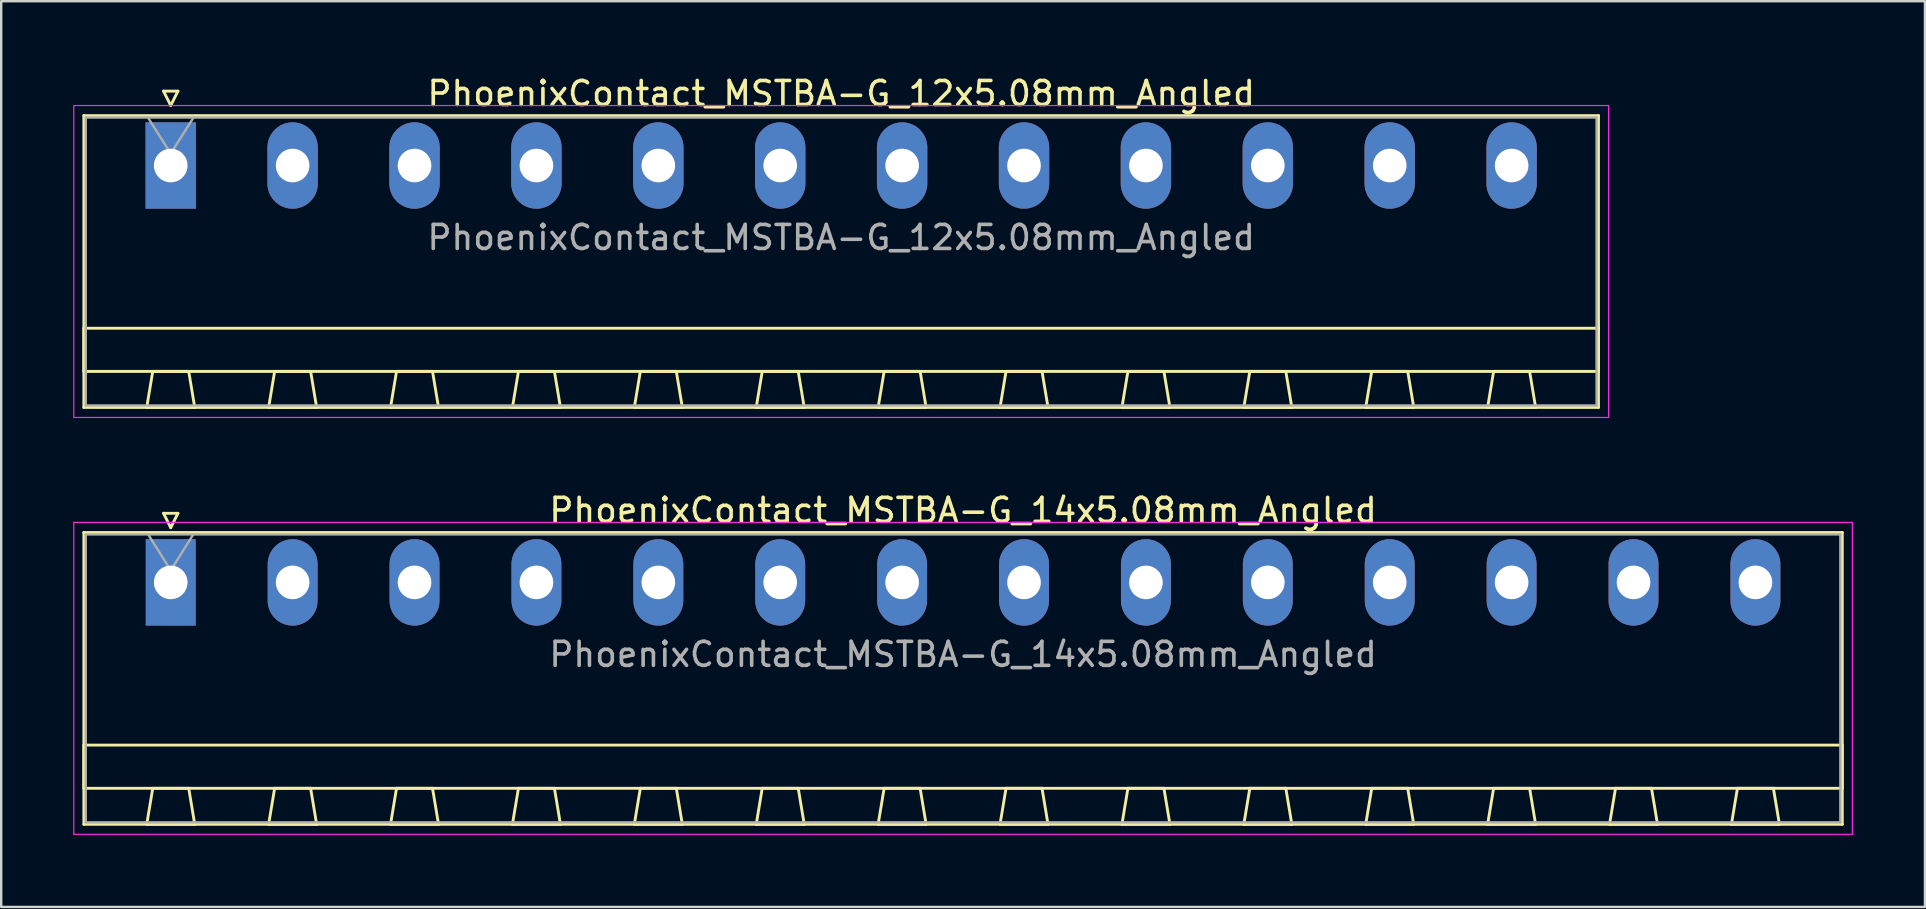
<source format=kicad_pcb>
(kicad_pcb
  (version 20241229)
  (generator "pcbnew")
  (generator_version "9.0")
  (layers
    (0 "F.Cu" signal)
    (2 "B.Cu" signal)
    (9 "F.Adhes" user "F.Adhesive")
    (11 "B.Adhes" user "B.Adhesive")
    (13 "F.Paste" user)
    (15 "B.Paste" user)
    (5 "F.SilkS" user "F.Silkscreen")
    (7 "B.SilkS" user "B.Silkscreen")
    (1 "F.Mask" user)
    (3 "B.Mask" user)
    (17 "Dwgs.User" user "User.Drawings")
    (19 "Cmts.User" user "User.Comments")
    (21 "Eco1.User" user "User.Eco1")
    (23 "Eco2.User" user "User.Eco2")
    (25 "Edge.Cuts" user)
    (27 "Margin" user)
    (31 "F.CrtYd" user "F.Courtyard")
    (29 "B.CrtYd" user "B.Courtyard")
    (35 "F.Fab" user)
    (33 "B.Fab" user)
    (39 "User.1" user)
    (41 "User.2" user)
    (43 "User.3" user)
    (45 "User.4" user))
  (footprint "PhoenixContact_MSTBA-G_14x5.08mm_Angled"
    (layer "F.Cu")
    (at 4.065 21.221)
    (property "Reference" "PhoenixContact_MSTBA-G_14x5.08mm_Angled" (at 33.02 -3 0) (layer "F.SilkS") (effects (font (size 1 1) (thickness 0.15))))
    (attr through_hole)
    (fp_line (start -3.62 -2.08) (end -3.62 10.08) (stroke (width 0.12) (type solid)) (layer "F.SilkS"))
    (fp_line (start -3.62 6.78) (end 69.66 6.78) (stroke (width 0.12) (type solid)) (layer "F.SilkS"))
    (fp_line (start -3.62 8.58) (end -3.62 6.78) (stroke (width 0.12) (type solid)) (layer "F.SilkS"))
    (fp_line (start -3.62 10.08) (end 69.66 10.08) (stroke (width 0.12) (type solid)) (layer "F.SilkS"))
    (fp_line (start -1 10.08) (end 1 10.08) (stroke (width 0.12) (type solid)) (layer "F.SilkS"))
    (fp_line (start -0.75 8.58) (end -1 10.08) (stroke (width 0.12) (type solid)) (layer "F.SilkS"))
    (fp_line (start -0.3 -2.88) (end 0.3 -2.88) (stroke (width 0.12) (type solid)) (layer "F.SilkS"))
    (fp_line (start 0 -2.28) (end -0.3 -2.88) (stroke (width 0.12) (type solid)) (layer "F.SilkS"))
    (fp_line (start 0.3 -2.88) (end 0 -2.28) (stroke (width 0.12) (type solid)) (layer "F.SilkS"))
    (fp_line (start 0.75 8.58) (end -0.75 8.58) (stroke (width 0.12) (type solid)) (layer "F.SilkS"))
    (fp_line (start 1 10.08) (end 0.75 8.58) (stroke (width 0.12) (type solid)) (layer "F.SilkS"))
    (fp_line (start 4.08 10.08) (end 6.08 10.08) (stroke (width 0.12) (type solid)) (layer "F.SilkS"))
    (fp_line (start 4.33 8.58) (end 4.08 10.08) (stroke (width 0.12) (type solid)) (layer "F.SilkS"))
    (fp_line (start 5.83 8.58) (end 4.33 8.58) (stroke (width 0.12) (type solid)) (layer "F.SilkS"))
    (fp_line (start 6.08 10.08) (end 5.83 8.58) (stroke (width 0.12) (type solid)) (layer "F.SilkS"))
    (fp_line (start 9.16 10.08) (end 11.16 10.08) (stroke (width 0.12) (type solid)) (layer "F.SilkS"))
    (fp_line (start 9.41 8.58) (end 9.16 10.08) (stroke (width 0.12) (type solid)) (layer "F.SilkS"))
    (fp_line (start 10.91 8.58) (end 9.41 8.58) (stroke (width 0.12) (type solid)) (layer "F.SilkS"))
    (fp_line (start 11.16 10.08) (end 10.91 8.58) (stroke (width 0.12) (type solid)) (layer "F.SilkS"))
    (fp_line (start 14.24 10.08) (end 16.24 10.08) (stroke (width 0.12) (type solid)) (layer "F.SilkS"))
    (fp_line (start 14.49 8.58) (end 14.24 10.08) (stroke (width 0.12) (type solid)) (layer "F.SilkS"))
    (fp_line (start 15.99 8.58) (end 14.49 8.58) (stroke (width 0.12) (type solid)) (layer "F.SilkS"))
    (fp_line (start 16.24 10.08) (end 15.99 8.58) (stroke (width 0.12) (type solid)) (layer "F.SilkS"))
    (fp_line (start 19.32 10.08) (end 21.32 10.08) (stroke (width 0.12) (type solid)) (layer "F.SilkS"))
    (fp_line (start 19.57 8.58) (end 19.32 10.08) (stroke (width 0.12) (type solid)) (layer "F.SilkS"))
    (fp_line (start 21.07 8.58) (end 19.57 8.58) (stroke (width 0.12) (type solid)) (layer "F.SilkS"))
    (fp_line (start 21.32 10.08) (end 21.07 8.58) (stroke (width 0.12) (type solid)) (layer "F.SilkS"))
    (fp_line (start 24.4 10.08) (end 26.4 10.08) (stroke (width 0.12) (type solid)) (layer "F.SilkS"))
    (fp_line (start 24.65 8.58) (end 24.4 10.08) (stroke (width 0.12) (type solid)) (layer "F.SilkS"))
    (fp_line (start 26.15 8.58) (end 24.65 8.58) (stroke (width 0.12) (type solid)) (layer "F.SilkS"))
    (fp_line (start 26.4 10.08) (end 26.15 8.58) (stroke (width 0.12) (type solid)) (layer "F.SilkS"))
    (fp_line (start 29.48 10.08) (end 31.48 10.08) (stroke (width 0.12) (type solid)) (layer "F.SilkS"))
    (fp_line (start 29.73 8.58) (end 29.48 10.08) (stroke (width 0.12) (type solid)) (layer "F.SilkS"))
    (fp_line (start 31.23 8.58) (end 29.73 8.58) (stroke (width 0.12) (type solid)) (layer "F.SilkS"))
    (fp_line (start 31.48 10.08) (end 31.23 8.58) (stroke (width 0.12) (type solid)) (layer "F.SilkS"))
    (fp_line (start 34.56 10.08) (end 36.56 10.08) (stroke (width 0.12) (type solid)) (layer "F.SilkS"))
    (fp_line (start 34.81 8.58) (end 34.56 10.08) (stroke (width 0.12) (type solid)) (layer "F.SilkS"))
    (fp_line (start 36.31 8.58) (end 34.81 8.58) (stroke (width 0.12) (type solid)) (layer "F.SilkS"))
    (fp_line (start 36.56 10.08) (end 36.31 8.58) (stroke (width 0.12) (type solid)) (layer "F.SilkS"))
    (fp_line (start 39.64 10.08) (end 41.64 10.08) (stroke (width 0.12) (type solid)) (layer "F.SilkS"))
    (fp_line (start 39.89 8.58) (end 39.64 10.08) (stroke (width 0.12) (type solid)) (layer "F.SilkS"))
    (fp_line (start 41.39 8.58) (end 39.89 8.58) (stroke (width 0.12) (type solid)) (layer "F.SilkS"))
    (fp_line (start 41.64 10.08) (end 41.39 8.58) (stroke (width 0.12) (type solid)) (layer "F.SilkS"))
    (fp_line (start 44.72 10.08) (end 46.72 10.08) (stroke (width 0.12) (type solid)) (layer "F.SilkS"))
    (fp_line (start 44.97 8.58) (end 44.72 10.08) (stroke (width 0.12) (type solid)) (layer "F.SilkS"))
    (fp_line (start 46.47 8.58) (end 44.97 8.58) (stroke (width 0.12) (type solid)) (layer "F.SilkS"))
    (fp_line (start 46.72 10.08) (end 46.47 8.58) (stroke (width 0.12) (type solid)) (layer "F.SilkS"))
    (fp_line (start 49.8 10.08) (end 51.8 10.08) (stroke (width 0.12) (type solid)) (layer "F.SilkS"))
    (fp_line (start 50.05 8.58) (end 49.8 10.08) (stroke (width 0.12) (type solid)) (layer "F.SilkS"))
    (fp_line (start 51.55 8.58) (end 50.05 8.58) (stroke (width 0.12) (type solid)) (layer "F.SilkS"))
    (fp_line (start 51.8 10.08) (end 51.55 8.58) (stroke (width 0.12) (type solid)) (layer "F.SilkS"))
    (fp_line (start 54.88 10.08) (end 56.88 10.08) (stroke (width 0.12) (type solid)) (layer "F.SilkS"))
    (fp_line (start 55.13 8.58) (end 54.88 10.08) (stroke (width 0.12) (type solid)) (layer "F.SilkS"))
    (fp_line (start 56.63 8.58) (end 55.13 8.58) (stroke (width 0.12) (type solid)) (layer "F.SilkS"))
    (fp_line (start 56.88 10.08) (end 56.63 8.58) (stroke (width 0.12) (type solid)) (layer "F.SilkS"))
    (fp_line (start 59.96 10.08) (end 61.96 10.08) (stroke (width 0.12) (type solid)) (layer "F.SilkS"))
    (fp_line (start 60.21 8.58) (end 59.96 10.08) (stroke (width 0.12) (type solid)) (layer "F.SilkS"))
    (fp_line (start 61.71 8.58) (end 60.21 8.58) (stroke (width 0.12) (type solid)) (layer "F.SilkS"))
    (fp_line (start 61.96 10.08) (end 61.71 8.58) (stroke (width 0.12) (type solid)) (layer "F.SilkS"))
    (fp_line (start 65.04 10.08) (end 67.04 10.08) (stroke (width 0.12) (type solid)) (layer "F.SilkS"))
    (fp_line (start 65.29 8.58) (end 65.04 10.08) (stroke (width 0.12) (type solid)) (layer "F.SilkS"))
    (fp_line (start 66.79 8.58) (end 65.29 8.58) (stroke (width 0.12) (type solid)) (layer "F.SilkS"))
    (fp_line (start 67.04 10.08) (end 66.79 8.58) (stroke (width 0.12) (type solid)) (layer "F.SilkS"))
    (fp_line (start 69.66 -2.08) (end -3.62 -2.08) (stroke (width 0.12) (type solid)) (layer "F.SilkS"))
    (fp_line (start 69.66 6.78) (end 69.66 8.58) (stroke (width 0.12) (type solid)) (layer "F.SilkS"))
    (fp_line (start 69.66 8.58) (end -3.62 8.58) (stroke (width 0.12) (type solid)) (layer "F.SilkS"))
    (fp_line (start 69.66 10.08) (end 69.66 -2.08) (stroke (width 0.12) (type solid)) (layer "F.SilkS"))
    (fp_line (start -4.04 -2.5) (end -4.04 10.5) (stroke (width 0.05) (type solid)) (layer "F.CrtYd"))
    (fp_line (start -4.04 10.5) (end 70.08 10.5) (stroke (width 0.05) (type solid)) (layer "F.CrtYd"))
    (fp_line (start 70.08 -2.5) (end -4.04 -2.5) (stroke (width 0.05) (type solid)) (layer "F.CrtYd"))
    (fp_line (start 70.08 10.5) (end 70.08 -2.5) (stroke (width 0.05) (type solid)) (layer "F.CrtYd"))
    (fp_line (start -3.54 -2) (end -3.54 10) (stroke (width 0.1) (type solid)) (layer "F.Fab"))
    (fp_line (start -3.54 10) (end 69.58 10) (stroke (width 0.1) (type solid)) (layer "F.Fab"))
    (fp_line (start 0 -0.5) (end -0.94 -2) (stroke (width 0.1) (type solid)) (layer "F.Fab"))
    (fp_line (start 0.94 -2) (end 0 -0.5) (stroke (width 0.1) (type solid)) (layer "F.Fab"))
    (fp_line (start 69.58 -2) (end -3.54 -2) (stroke (width 0.1) (type solid)) (layer "F.Fab"))
    (fp_line (start 69.58 10) (end 69.58 -2) (stroke (width 0.1) (type solid)) (layer "F.Fab"))
    (fp_text user "${REFERENCE}" (at 33.02 3 0) (layer "F.Fab") (effects (font (size 1 1) (thickness 0.15))))
    (pad "1" thru_hole rect (at 0 0) (size 2.08 3.6) (drill 1.4) (layers "*.Cu" "*.Mask"))
    (pad "2" thru_hole oval (at 5.08 0) (size 2.08 3.6) (drill 1.4) (layers "*.Cu" "*.Mask"))
    (pad "3" thru_hole oval (at 10.16 0) (size 2.08 3.6) (drill 1.4) (layers "*.Cu" "*.Mask"))
    (pad "4" thru_hole oval (at 15.24 0) (size 2.08 3.6) (drill 1.4) (layers "*.Cu" "*.Mask"))
    (pad "5" thru_hole oval (at 20.32 0) (size 2.08 3.6) (drill 1.4) (layers "*.Cu" "*.Mask"))
    (pad "6" thru_hole oval (at 25.4 0) (size 2.08 3.6) (drill 1.4) (layers "*.Cu" "*.Mask"))
    (pad "7" thru_hole oval (at 30.48 0) (size 2.08 3.6) (drill 1.4) (layers "*.Cu" "*.Mask"))
    (pad "8" thru_hole oval (at 35.56 0) (size 2.08 3.6) (drill 1.4) (layers "*.Cu" "*.Mask"))
    (pad "9" thru_hole oval (at 40.64 0) (size 2.08 3.6) (drill 1.4) (layers "*.Cu" "*.Mask"))
    (pad "10" thru_hole oval (at 45.72 0) (size 2.08 3.6) (drill 1.4) (layers "*.Cu" "*.Mask"))
    (pad "11" thru_hole oval (at 50.8 0) (size 2.08 3.6) (drill 1.4) (layers "*.Cu" "*.Mask"))
    (pad "12" thru_hole oval (at 55.88 0) (size 2.08 3.6) (drill 1.4) (layers "*.Cu" "*.Mask"))
    (pad "13" thru_hole oval (at 60.96 0) (size 2.08 3.6) (drill 1.4) (layers "*.Cu" "*.Mask"))
    (pad "14" thru_hole oval (at 66.04 0) (size 2.08 3.6) (drill 1.4) (layers "*.Cu" "*.Mask")))
  (footprint "PhoenixContact_MSTBA-G_12x5.08mm_Angled"
    (layer "F.Cu")
    (at 4.065 3.848)
    (property "Reference" "PhoenixContact_MSTBA-G_12x5.08mm_Angled" (at 27.94 -3 0) (layer "F.SilkS") (effects (font (size 1 1) (thickness 0.15))))
    (attr through_hole)
    (fp_line (start -3.62 -2.08) (end -3.62 10.08) (stroke (width 0.12) (type solid)) (layer "F.SilkS"))
    (fp_line (start -3.62 6.78) (end 59.5 6.78) (stroke (width 0.12) (type solid)) (layer "F.SilkS"))
    (fp_line (start -3.62 8.58) (end -3.62 6.78) (stroke (width 0.12) (type solid)) (layer "F.SilkS"))
    (fp_line (start -3.62 10.08) (end 59.5 10.08) (stroke (width 0.12) (type solid)) (layer "F.SilkS"))
    (fp_line (start -1 10.08) (end 1 10.08) (stroke (width 0.12) (type solid)) (layer "F.SilkS"))
    (fp_line (start -0.75 8.58) (end -1 10.08) (stroke (width 0.12) (type solid)) (layer "F.SilkS"))
    (fp_line (start -0.3 -3.1) (end 0.3 -3.1) (stroke (width 0.12) (type solid)) (layer "F.SilkS"))
    (fp_line (start 0 -2.5) (end -0.3 -3.1) (stroke (width 0.12) (type solid)) (layer "F.SilkS"))
    (fp_line (start 0.3 -3.1) (end 0 -2.5) (stroke (width 0.12) (type solid)) (layer "F.SilkS"))
    (fp_line (start 0.75 8.58) (end -0.75 8.58) (stroke (width 0.12) (type solid)) (layer "F.SilkS"))
    (fp_line (start 1 10.08) (end 0.75 8.58) (stroke (width 0.12) (type solid)) (layer "F.SilkS"))
    (fp_line (start 4.08 10.08) (end 6.08 10.08) (stroke (width 0.12) (type solid)) (layer "F.SilkS"))
    (fp_line (start 4.33 8.58) (end 4.08 10.08) (stroke (width 0.12) (type solid)) (layer "F.SilkS"))
    (fp_line (start 5.83 8.58) (end 4.33 8.58) (stroke (width 0.12) (type solid)) (layer "F.SilkS"))
    (fp_line (start 6.08 10.08) (end 5.83 8.58) (stroke (width 0.12) (type solid)) (layer "F.SilkS"))
    (fp_line (start 9.16 10.08) (end 11.16 10.08) (stroke (width 0.12) (type solid)) (layer "F.SilkS"))
    (fp_line (start 9.41 8.58) (end 9.16 10.08) (stroke (width 0.12) (type solid)) (layer "F.SilkS"))
    (fp_line (start 10.91 8.58) (end 9.41 8.58) (stroke (width 0.12) (type solid)) (layer "F.SilkS"))
    (fp_line (start 11.16 10.08) (end 10.91 8.58) (stroke (width 0.12) (type solid)) (layer "F.SilkS"))
    (fp_line (start 14.24 10.08) (end 16.24 10.08) (stroke (width 0.12) (type solid)) (layer "F.SilkS"))
    (fp_line (start 14.49 8.58) (end 14.24 10.08) (stroke (width 0.12) (type solid)) (layer "F.SilkS"))
    (fp_line (start 15.99 8.58) (end 14.49 8.58) (stroke (width 0.12) (type solid)) (layer "F.SilkS"))
    (fp_line (start 16.24 10.08) (end 15.99 8.58) (stroke (width 0.12) (type solid)) (layer "F.SilkS"))
    (fp_line (start 19.32 10.08) (end 21.32 10.08) (stroke (width 0.12) (type solid)) (layer "F.SilkS"))
    (fp_line (start 19.57 8.58) (end 19.32 10.08) (stroke (width 0.12) (type solid)) (layer "F.SilkS"))
    (fp_line (start 21.07 8.58) (end 19.57 8.58) (stroke (width 0.12) (type solid)) (layer "F.SilkS"))
    (fp_line (start 21.32 10.08) (end 21.07 8.58) (stroke (width 0.12) (type solid)) (layer "F.SilkS"))
    (fp_line (start 24.4 10.08) (end 26.4 10.08) (stroke (width 0.12) (type solid)) (layer "F.SilkS"))
    (fp_line (start 24.65 8.58) (end 24.4 10.08) (stroke (width 0.12) (type solid)) (layer "F.SilkS"))
    (fp_line (start 26.15 8.58) (end 24.65 8.58) (stroke (width 0.12) (type solid)) (layer "F.SilkS"))
    (fp_line (start 26.4 10.08) (end 26.15 8.58) (stroke (width 0.12) (type solid)) (layer "F.SilkS"))
    (fp_line (start 29.48 10.08) (end 31.48 10.08) (stroke (width 0.12) (type solid)) (layer "F.SilkS"))
    (fp_line (start 29.73 8.58) (end 29.48 10.08) (stroke (width 0.12) (type solid)) (layer "F.SilkS"))
    (fp_line (start 31.23 8.58) (end 29.73 8.58) (stroke (width 0.12) (type solid)) (layer "F.SilkS"))
    (fp_line (start 31.48 10.08) (end 31.23 8.58) (stroke (width 0.12) (type solid)) (layer "F.SilkS"))
    (fp_line (start 34.56 10.08) (end 36.56 10.08) (stroke (width 0.12) (type solid)) (layer "F.SilkS"))
    (fp_line (start 34.81 8.58) (end 34.56 10.08) (stroke (width 0.12) (type solid)) (layer "F.SilkS"))
    (fp_line (start 36.31 8.58) (end 34.81 8.58) (stroke (width 0.12) (type solid)) (layer "F.SilkS"))
    (fp_line (start 36.56 10.08) (end 36.31 8.58) (stroke (width 0.12) (type solid)) (layer "F.SilkS"))
    (fp_line (start 39.64 10.08) (end 41.64 10.08) (stroke (width 0.12) (type solid)) (layer "F.SilkS"))
    (fp_line (start 39.89 8.58) (end 39.64 10.08) (stroke (width 0.12) (type solid)) (layer "F.SilkS"))
    (fp_line (start 41.39 8.58) (end 39.89 8.58) (stroke (width 0.12) (type solid)) (layer "F.SilkS"))
    (fp_line (start 41.64 10.08) (end 41.39 8.58) (stroke (width 0.12) (type solid)) (layer "F.SilkS"))
    (fp_line (start 44.72 10.08) (end 46.72 10.08) (stroke (width 0.12) (type solid)) (layer "F.SilkS"))
    (fp_line (start 44.97 8.58) (end 44.72 10.08) (stroke (width 0.12) (type solid)) (layer "F.SilkS"))
    (fp_line (start 46.47 8.58) (end 44.97 8.58) (stroke (width 0.12) (type solid)) (layer "F.SilkS"))
    (fp_line (start 46.72 10.08) (end 46.47 8.58) (stroke (width 0.12) (type solid)) (layer "F.SilkS"))
    (fp_line (start 49.8 10.08) (end 51.8 10.08) (stroke (width 0.12) (type solid)) (layer "F.SilkS"))
    (fp_line (start 50.05 8.58) (end 49.8 10.08) (stroke (width 0.12) (type solid)) (layer "F.SilkS"))
    (fp_line (start 51.55 8.58) (end 50.05 8.58) (stroke (width 0.12) (type solid)) (layer "F.SilkS"))
    (fp_line (start 51.8 10.08) (end 51.55 8.58) (stroke (width 0.12) (type solid)) (layer "F.SilkS"))
    (fp_line (start 54.88 10.08) (end 56.88 10.08) (stroke (width 0.12) (type solid)) (layer "F.SilkS"))
    (fp_line (start 55.13 8.58) (end 54.88 10.08) (stroke (width 0.12) (type solid)) (layer "F.SilkS"))
    (fp_line (start 56.63 8.58) (end 55.13 8.58) (stroke (width 0.12) (type solid)) (layer "F.SilkS"))
    (fp_line (start 56.88 10.08) (end 56.63 8.58) (stroke (width 0.12) (type solid)) (layer "F.SilkS"))
    (fp_line (start 59.5 -2.08) (end -3.62 -2.08) (stroke (width 0.12) (type solid)) (layer "F.SilkS"))
    (fp_line (start 59.5 6.78) (end 59.5 8.58) (stroke (width 0.12) (type solid)) (layer "F.SilkS"))
    (fp_line (start 59.5 8.58) (end -3.62 8.58) (stroke (width 0.12) (type solid)) (layer "F.SilkS"))
    (fp_line (start 59.5 10.08) (end 59.5 -2.08) (stroke (width 0.12) (type solid)) (layer "F.SilkS"))
    (fp_line (start -4.04 -2.5) (end -4.04 10.5) (stroke (width 0.05) (type solid)) (layer "F.CrtYd"))
    (fp_line (start -4.04 10.5) (end 59.92 10.5) (stroke (width 0.05) (type solid)) (layer "F.CrtYd"))
    (fp_line (start 59.92 -2.5) (end -4.04 -2.5) (stroke (width 0.05) (type solid)) (layer "F.CrtYd"))
    (fp_line (start 59.92 10.5) (end 59.92 -2.5) (stroke (width 0.05) (type solid)) (layer "F.CrtYd"))
    (fp_line (start -3.54 -2) (end -3.54 10) (stroke (width 0.1) (type solid)) (layer "F.Fab"))
    (fp_line (start -3.54 10) (end 59.42 10) (stroke (width 0.1) (type solid)) (layer "F.Fab"))
    (fp_line (start 0 -0.5) (end -0.95 -2) (stroke (width 0.1) (type solid)) (layer "F.Fab"))
    (fp_line (start 0.95 -2) (end 0 -0.5) (stroke (width 0.1) (type solid)) (layer "F.Fab"))
    (fp_line (start 59.42 -2) (end -3.54 -2) (stroke (width 0.1) (type solid)) (layer "F.Fab"))
    (fp_line (start 59.42 10) (end 59.42 -2) (stroke (width 0.1) (type solid)) (layer "F.Fab"))
    (fp_text user "${REFERENCE}" (at 27.94 3 0) (layer "F.Fab") (effects (font (size 1 1) (thickness 0.15))))
    (pad "1" thru_hole rect (at 0 0) (size 2.1 3.6) (drill 1.4) (layers "*.Cu" "*.Mask"))
    (pad "2" thru_hole oval (at 5.08 0) (size 2.1 3.6) (drill 1.4) (layers "*.Cu" "*.Mask"))
    (pad "3" thru_hole oval (at 10.16 0) (size 2.1 3.6) (drill 1.4) (layers "*.Cu" "*.Mask"))
    (pad "4" thru_hole oval (at 15.24 0) (size 2.1 3.6) (drill 1.4) (layers "*.Cu" "*.Mask"))
    (pad "5" thru_hole oval (at 20.32 0) (size 2.1 3.6) (drill 1.4) (layers "*.Cu" "*.Mask"))
    (pad "6" thru_hole oval (at 25.4 0) (size 2.1 3.6) (drill 1.4) (layers "*.Cu" "*.Mask"))
    (pad "7" thru_hole oval (at 30.48 0) (size 2.1 3.6) (drill 1.4) (layers "*.Cu" "*.Mask"))
    (pad "8" thru_hole oval (at 35.56 0) (size 2.1 3.6) (drill 1.4) (layers "*.Cu" "*.Mask"))
    (pad "9" thru_hole oval (at 40.64 0) (size 2.1 3.6) (drill 1.4) (layers "*.Cu" "*.Mask"))
    (pad "10" thru_hole oval (at 45.72 0) (size 2.1 3.6) (drill 1.4) (layers "*.Cu" "*.Mask"))
    (pad "11" thru_hole oval (at 50.8 0) (size 2.1 3.6) (drill 1.4) (layers "*.Cu" "*.Mask"))
    (pad "12" thru_hole oval (at 55.88 0) (size 2.1 3.6) (drill 1.4) (layers "*.Cu" "*.Mask")))
  (gr_rect
    (start -3 -3)
    (end 77.17 34.746)
    (stroke (width 0.1) (type default))
    (fill no)
    (layer "Edge.Cuts")))
</source>
